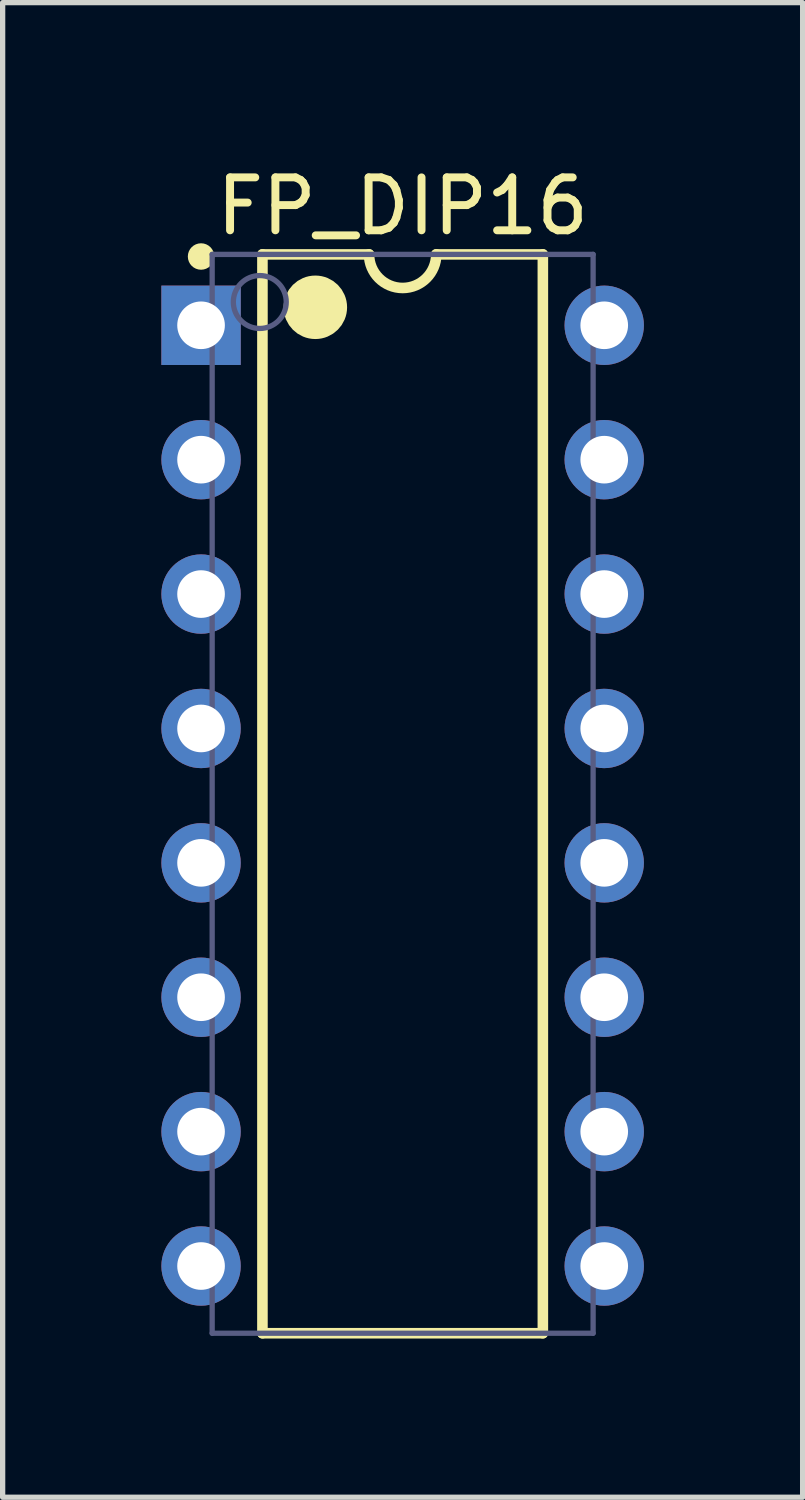
<source format=kicad_pcb>
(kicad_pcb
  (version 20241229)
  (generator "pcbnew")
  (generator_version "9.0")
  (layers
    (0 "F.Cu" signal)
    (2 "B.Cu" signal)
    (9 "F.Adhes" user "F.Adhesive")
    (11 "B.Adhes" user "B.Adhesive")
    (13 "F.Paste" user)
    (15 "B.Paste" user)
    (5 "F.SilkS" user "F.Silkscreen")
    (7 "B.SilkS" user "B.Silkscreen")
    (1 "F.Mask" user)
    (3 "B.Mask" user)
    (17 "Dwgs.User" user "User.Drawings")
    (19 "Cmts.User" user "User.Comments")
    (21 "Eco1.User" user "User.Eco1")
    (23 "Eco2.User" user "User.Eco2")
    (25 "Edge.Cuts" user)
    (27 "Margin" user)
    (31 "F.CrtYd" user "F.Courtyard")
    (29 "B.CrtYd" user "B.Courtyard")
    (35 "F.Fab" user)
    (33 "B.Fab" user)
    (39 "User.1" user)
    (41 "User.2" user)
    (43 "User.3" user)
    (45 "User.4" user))
  (footprint "FP_DIP16"
    (layer "F.Cu")
    (at 4.56 11.988)
    (property "Reference" "FP_DIP16" (at 0 -11.14 0) (layer "F.SilkS") (effects (font (size 1 1) (thickness 0.15))))
    (fp_line (start -2.65 -10.23) (end -0.635 -10.23) (stroke (width 0.2) (type solid)) (layer "F.SilkS"))
    (fp_line (start -2.65 10.16) (end -2.65 -10.23) (stroke (width 0.2) (type solid)) (layer "F.SilkS"))
    (fp_line (start -2.65 10.16) (end 2.65 10.16) (stroke (width 0.2) (type solid)) (layer "F.SilkS"))
    (fp_line (start 0.635 -10.23) (end 2.65 -10.23) (stroke (width 0.2) (type solid)) (layer "F.SilkS"))
    (fp_line (start 2.65 10.16) (end 2.65 -10.23) (stroke (width 0.2) (type solid)) (layer "F.SilkS"))
    (fp_arc (start 0.635 -10.23) (mid 0 -9.595) (end -0.635 -10.23) (stroke (width 0.2) (type solid)) (layer "F.SilkS"))
    (fp_circle (center -3.81 -10.19) (end -3.81 -10.315) (stroke (width 0.25) (type solid)) (fill no) (layer "F.SilkS"))
    (fp_circle (center -1.65 -9.23) (end -1.65 -9.53) (stroke (width 0.6) (type solid)) (fill no) (layer "F.SilkS"))
    (fp_line (start -3.6 -10.23) (end 3.6 -10.23) (stroke (width 0.1) (type solid)) (layer "B.Fab"))
    (fp_line (start -3.6 10.16) (end -3.6 -10.23) (stroke (width 0.1) (type solid)) (layer "B.Fab"))
    (fp_line (start -3.6 10.16) (end 3.6 10.16) (stroke (width 0.1) (type solid)) (layer "B.Fab"))
    (fp_line (start 3.6 10.16) (end 3.6 -10.23) (stroke (width 0.1) (type solid)) (layer "B.Fab"))
    (fp_circle (center -2.7 -9.33) (end -2.7 -9.83) (stroke (width 0.1) (type solid)) (fill no) (layer "B.Fab"))
    (pad "1" thru_hole rect (at -3.81 -8.89) (size 1.5 1.5) (drill 0.9) (layers "*.Cu" "*.Mask"))
    (pad "2" thru_hole circle (at -3.81 -6.35) (size 1.5 1.5) (drill 0.9) (layers "*.Cu" "*.Mask"))
    (pad "3" thru_hole circle (at -3.81 -3.81) (size 1.5 1.5) (drill 0.9) (layers "*.Cu" "*.Mask"))
    (pad "4" thru_hole circle (at -3.81 -1.27) (size 1.5 1.5) (drill 0.9) (layers "*.Cu" "*.Mask"))
    (pad "5" thru_hole circle (at -3.81 1.27) (size 1.5 1.5) (drill 0.9) (layers "*.Cu" "*.Mask"))
    (pad "6" thru_hole circle (at -3.81 3.81) (size 1.5 1.5) (drill 0.9) (layers "*.Cu" "*.Mask"))
    (pad "7" thru_hole circle (at -3.81 6.35) (size 1.5 1.5) (drill 0.9) (layers "*.Cu" "*.Mask"))
    (pad "8" thru_hole circle (at -3.81 8.89) (size 1.5 1.5) (drill 0.9) (layers "*.Cu" "*.Mask"))
    (pad "9" thru_hole circle (at 3.81 8.89) (size 1.5 1.5) (drill 0.9) (layers "*.Cu" "*.Mask"))
    (pad "10" thru_hole circle (at 3.81 6.35) (size 1.5 1.5) (drill 0.9) (layers "*.Cu" "*.Mask"))
    (pad "11" thru_hole circle (at 3.81 3.81) (size 1.5 1.5) (drill 0.9) (layers "*.Cu" "*.Mask"))
    (pad "12" thru_hole circle (at 3.81 1.27) (size 1.5 1.5) (drill 0.9) (layers "*.Cu" "*.Mask"))
    (pad "13" thru_hole circle (at 3.81 -1.27) (size 1.5 1.5) (drill 0.9) (layers "*.Cu" "*.Mask"))
    (pad "14" thru_hole circle (at 3.81 -3.81) (size 1.5 1.5) (drill 0.9) (layers "*.Cu" "*.Mask"))
    (pad "15" thru_hole circle (at 3.81 -6.35) (size 1.5 1.5) (drill 0.9) (layers "*.Cu" "*.Mask"))
    (pad "16" thru_hole circle (at 3.81 -8.89) (size 1.5 1.5) (drill 0.9) (layers "*.Cu" "*.Mask")))
  (gr_rect
    (start -3 -3)
    (end 12.12 25.248)
    (stroke (width 0.1) (type default))
    (fill no)
    (layer "Edge.Cuts")))
</source>
